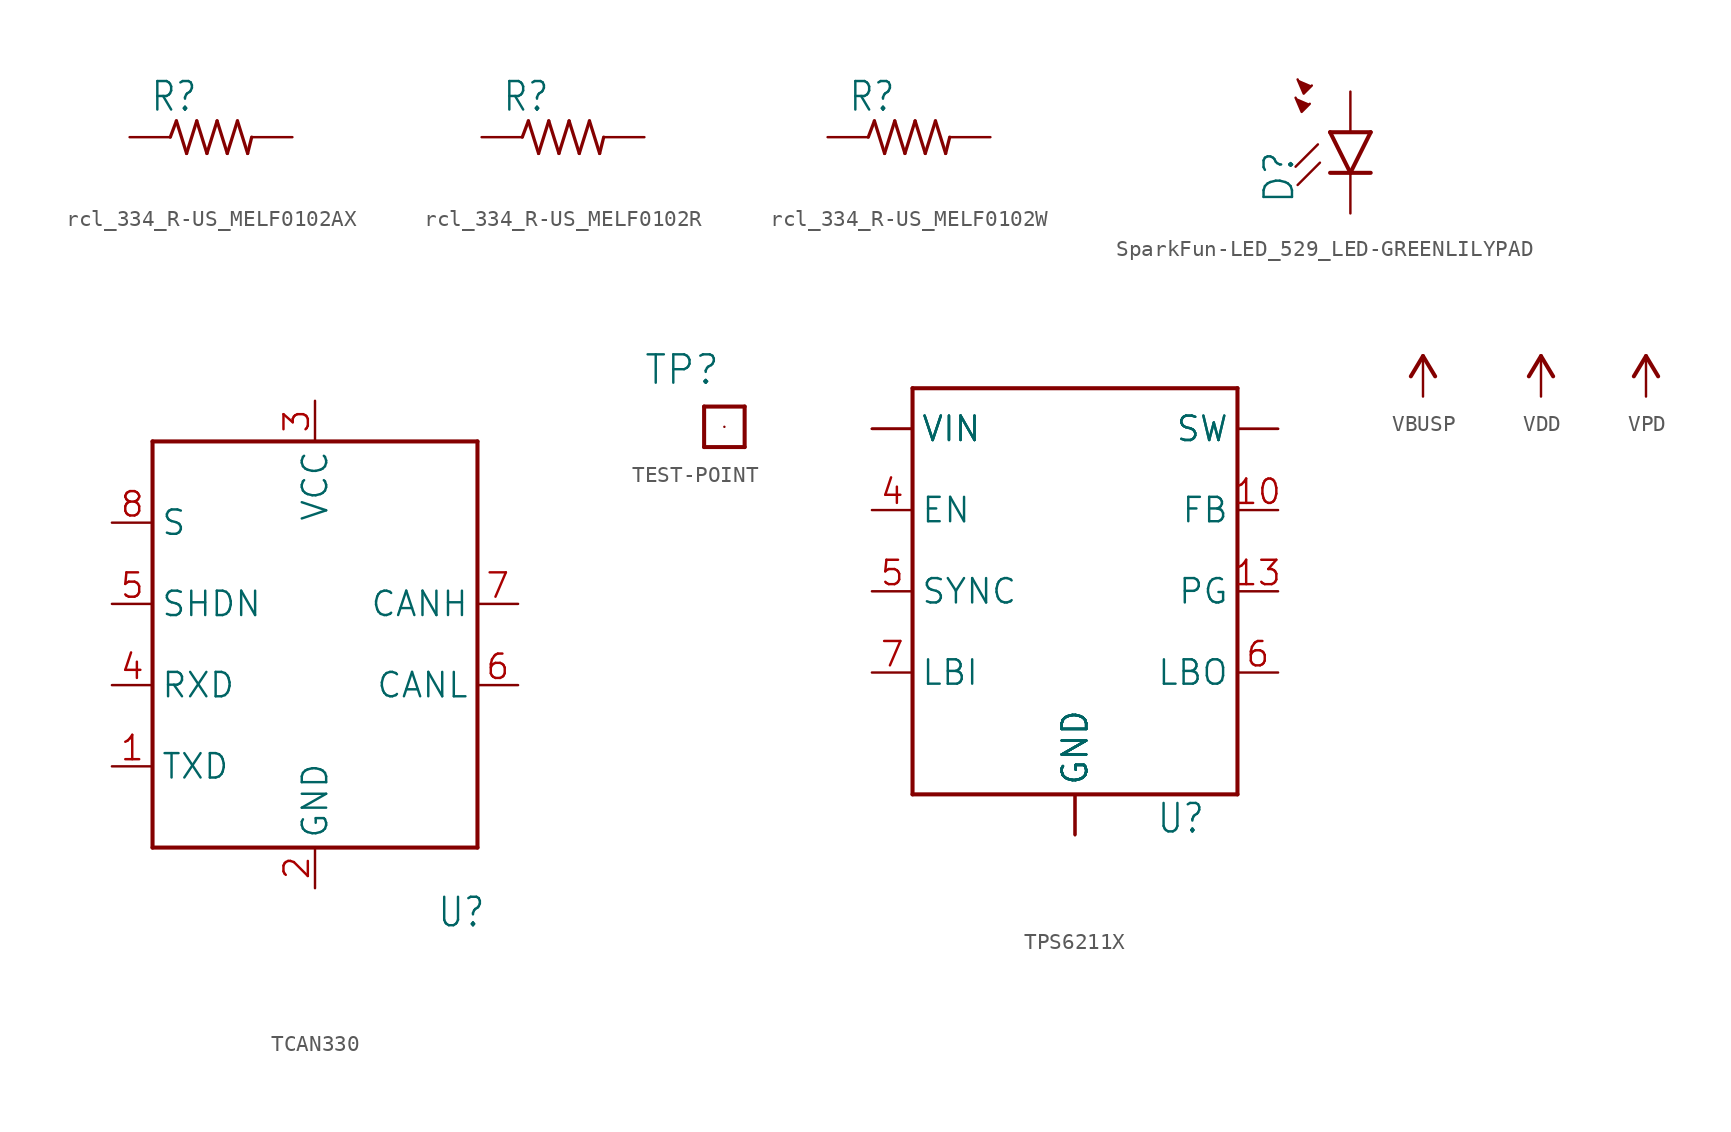
<source format=kicad_sym>
(kicad_symbol_lib
  (version 20241209)
  (generator "kicad_symbol_editor")
  (generator_version "9.0")
  (symbol "rcl_334_R-US_MELF0102AX"
    (property "Reference" "R"
      (at -3.81 1.499 0)
      (effects (font (size 1.778 1.511)) (justify left bottom)))
    (property "Value" ""
      (at -3.81 -3.302 0)
      (effects (font (size 1.778 1.511)) (justify left bottom)))
    (property "ki_locked" ""
      (at 0 0 0)
      (effects (font (size 1.27 1.27))))
    (symbol "rcl_334_R-US_MELF0102AX_1_0"
      (polyline (pts (xy -2.54 0) (xy -2.159 1.016)) (stroke (width 0.203) (type solid)) (fill (type none)))
      (polyline (pts (xy -2.159 1.016) (xy -1.524 -1.016)) (stroke (width 0.203) (type solid)) (fill (type none)))
      (polyline (pts (xy -1.524 -1.016) (xy -0.889 1.016)) (stroke (width 0.203) (type solid)) (fill (type none)))
      (polyline (pts (xy -0.889 1.016) (xy -0.254 -1.016)) (stroke (width 0.203) (type solid)) (fill (type none)))
      (polyline (pts (xy -0.254 -1.016) (xy 0.381 1.016)) (stroke (width 0.203) (type solid)) (fill (type none)))
      (polyline (pts (xy 0.381 1.016) (xy 1.016 -1.016)) (stroke (width 0.203) (type solid)) (fill (type none)))
      (polyline (pts (xy 1.016 -1.016) (xy 1.651 1.016)) (stroke (width 0.203) (type solid)) (fill (type none)))
      (polyline (pts (xy 1.651 1.016) (xy 2.286 -1.016)) (stroke (width 0.203) (type solid)) (fill (type none)))
      (polyline (pts (xy 2.286 -1.016) (xy 2.54 0)) (stroke (width 0.203) (type solid)) (fill (type none)))
      (pin passive line (at -5.08 0 0) (length 2.54) (name "1" (effects (font (size 0 0)))) (number "1" (effects (font (size 0 0)))))
      (pin passive line (at 5.08 0 180) (length 2.54) (name "2" (effects (font (size 0 0)))) (number "2" (effects (font (size 0 0)))))))
  (symbol "rcl_334_R-US_MELF0102R"
    (property "Reference" "R"
      (at -3.81 1.499 0)
      (effects (font (size 1.778 1.511)) (justify left bottom)))
    (property "Value" ""
      (at -3.81 -3.302 0)
      (effects (font (size 1.778 1.511)) (justify left bottom)))
    (property "ki_locked" ""
      (at 0 0 0)
      (effects (font (size 1.27 1.27))))
    (symbol "rcl_334_R-US_MELF0102R_1_0"
      (polyline (pts (xy -2.54 0) (xy -2.159 1.016)) (stroke (width 0.203) (type solid)) (fill (type none)))
      (polyline (pts (xy -2.159 1.016) (xy -1.524 -1.016)) (stroke (width 0.203) (type solid)) (fill (type none)))
      (polyline (pts (xy -1.524 -1.016) (xy -0.889 1.016)) (stroke (width 0.203) (type solid)) (fill (type none)))
      (polyline (pts (xy -0.889 1.016) (xy -0.254 -1.016)) (stroke (width 0.203) (type solid)) (fill (type none)))
      (polyline (pts (xy -0.254 -1.016) (xy 0.381 1.016)) (stroke (width 0.203) (type solid)) (fill (type none)))
      (polyline (pts (xy 0.381 1.016) (xy 1.016 -1.016)) (stroke (width 0.203) (type solid)) (fill (type none)))
      (polyline (pts (xy 1.016 -1.016) (xy 1.651 1.016)) (stroke (width 0.203) (type solid)) (fill (type none)))
      (polyline (pts (xy 1.651 1.016) (xy 2.286 -1.016)) (stroke (width 0.203) (type solid)) (fill (type none)))
      (polyline (pts (xy 2.286 -1.016) (xy 2.54 0)) (stroke (width 0.203) (type solid)) (fill (type none)))
      (pin passive line (at -5.08 0 0) (length 2.54) (name "1" (effects (font (size 0 0)))) (number "1" (effects (font (size 0 0)))))
      (pin passive line (at 5.08 0 180) (length 2.54) (name "2" (effects (font (size 0 0)))) (number "2" (effects (font (size 0 0)))))))
  (symbol "rcl_334_R-US_MELF0102W"
    (property "Reference" "R"
      (at -3.81 1.499 0)
      (effects (font (size 1.778 1.511)) (justify left bottom)))
    (property "Value" ""
      (at -3.81 -3.302 0)
      (effects (font (size 1.778 1.511)) (justify left bottom)))
    (property "ki_locked" ""
      (at 0 0 0)
      (effects (font (size 1.27 1.27))))
    (symbol "rcl_334_R-US_MELF0102W_1_0"
      (polyline (pts (xy -2.54 0) (xy -2.159 1.016)) (stroke (width 0.203) (type solid)) (fill (type none)))
      (polyline (pts (xy -2.159 1.016) (xy -1.524 -1.016)) (stroke (width 0.203) (type solid)) (fill (type none)))
      (polyline (pts (xy -1.524 -1.016) (xy -0.889 1.016)) (stroke (width 0.203) (type solid)) (fill (type none)))
      (polyline (pts (xy -0.889 1.016) (xy -0.254 -1.016)) (stroke (width 0.203) (type solid)) (fill (type none)))
      (polyline (pts (xy -0.254 -1.016) (xy 0.381 1.016)) (stroke (width 0.203) (type solid)) (fill (type none)))
      (polyline (pts (xy 0.381 1.016) (xy 1.016 -1.016)) (stroke (width 0.203) (type solid)) (fill (type none)))
      (polyline (pts (xy 1.016 -1.016) (xy 1.651 1.016)) (stroke (width 0.203) (type solid)) (fill (type none)))
      (polyline (pts (xy 1.651 1.016) (xy 2.286 -1.016)) (stroke (width 0.203) (type solid)) (fill (type none)))
      (polyline (pts (xy 2.286 -1.016) (xy 2.54 0)) (stroke (width 0.203) (type solid)) (fill (type none)))
      (pin passive line (at -5.08 0 0) (length 2.54) (name "1" (effects (font (size 0 0)))) (number "1" (effects (font (size 0 0)))))
      (pin passive line (at 5.08 0 180) (length 2.54) (name "2" (effects (font (size 0 0)))) (number "2" (effects (font (size 0 0)))))))
  (symbol "SparkFun-LED_529_LED-GREENLILYPAD"
    (property "Reference" "D"
      (at -3.429 -4.572 90)
      (effects (font (size 1.778 1.778)) (justify left bottom)))
    (property "Value" ""
      (at 1.905 -4.572 90)
      (effects (font (size 1.778 1.778)) (justify left top)))
    (property "ki_locked" ""
      (at 0 0 0)
      (effects (font (size 1.27 1.27))))
    (symbol "SparkFun-LED_529_LED-GREENLILYPAD_1_0"
      (polyline (pts (xy -3.429 2.159) (xy -3.048 1.27) (xy -2.54 1.778)) (stroke (width 0.152) (type solid)) (fill (type outline)))
      (polyline (pts (xy -3.302 3.302) (xy -2.921 2.413) (xy -2.413 2.921)) (stroke (width 0.152) (type solid)) (fill (type outline)))
      (polyline (pts (xy -2.032 -0.762) (xy -3.429 -2.159)) (stroke (width 0.152) (type solid)) (fill (type none)))
      (polyline (pts (xy -1.905 -1.905) (xy -3.302 -3.302)) (stroke (width 0.152) (type solid)) (fill (type none)))
      (polyline (pts (xy 0 -2.54) (xy -1.27 0)) (stroke (width 0.254) (type solid)) (fill (type none)))
      (polyline (pts (xy 0 -2.54) (xy -1.27 -2.54)) (stroke (width 0.254) (type solid)) (fill (type none)))
      (polyline (pts (xy 1.27 0) (xy -1.27 0)) (stroke (width 0.254) (type solid)) (fill (type none)))
      (polyline (pts (xy 1.27 0) (xy 0 -2.54)) (stroke (width 0.254) (type solid)) (fill (type none)))
      (polyline (pts (xy 1.27 -2.54) (xy 0 -2.54)) (stroke (width 0.254) (type solid)) (fill (type none)))
      (pin passive line (at 0 2.54 270) (length 2.54) (name "A" (effects (font (size 0 0)))) (number "A" (effects (font (size 0 0)))))
      (pin passive line (at 0 -5.08 90) (length 2.54) (name "C" (effects (font (size 0 0)))) (number "C" (effects (font (size 0 0)))))))
  (symbol "TCAN330"
    (property "Reference" "U"
      (at 7.62 -17.78 0)
      (effects (font (size 1.778 1.511)) (justify left bottom)))
    (property "Value" ""
      (at 7.62 -20.32 0)
      (effects (font (size 1.778 1.511)) (justify left bottom)))
    (property "ki_locked" ""
      (at 0 0 0)
      (effects (font (size 1.27 1.27))))
    (symbol "TCAN330_1_0"
      (polyline (pts (xy -10.16 12.7) (xy -10.16 -12.7)) (stroke (width 0.254) (type solid)) (fill (type none)))
      (polyline (pts (xy -10.16 -12.7) (xy 10.16 -12.7)) (stroke (width 0.254) (type solid)) (fill (type none)))
      (polyline (pts (xy 10.16 12.7) (xy -10.16 12.7)) (stroke (width 0.254) (type solid)) (fill (type none)))
      (polyline (pts (xy 10.16 -12.7) (xy 10.16 12.7)) (stroke (width 0.254) (type solid)) (fill (type none)))
      (pin input line (at -12.7 7.62 0) (length 2.54) (name "S" (effects (font (size 1.524 1.524)))) (number "8" (effects (font (size 1.524 1.524)))))
      (pin input line (at -12.7 2.54 0) (length 2.54) (name "SHDN" (effects (font (size 1.524 1.524)))) (number "5" (effects (font (size 1.524 1.524)))))
      (pin output line (at -12.7 -2.54 0) (length 2.54) (name "RXD" (effects (font (size 1.524 1.524)))) (number "4" (effects (font (size 1.524 1.524)))))
      (pin input line (at -12.7 -7.62 0) (length 2.54) (name "TXD" (effects (font (size 1.524 1.524)))) (number "1" (effects (font (size 1.524 1.524)))))
      (pin power_in line (at 0 15.24 270) (length 2.54) (name "VCC" (effects (font (size 1.524 1.524)))) (number "3" (effects (font (size 1.524 1.524)))))
      (pin power_in line (at 0 -15.24 90) (length 2.54) (name "GND" (effects (font (size 1.524 1.524)))) (number "2" (effects (font (size 1.524 1.524)))))
      (pin bidirectional line (at 12.7 2.54 180) (length 2.54) (name "CANH" (effects (font (size 1.524 1.524)))) (number "7" (effects (font (size 1.524 1.524)))))
      (pin bidirectional line (at 12.7 -2.54 180) (length 2.54) (name "CANL" (effects (font (size 1.524 1.524)))) (number "6" (effects (font (size 1.524 1.524)))))))
  (symbol "TEST-POINT"
    (property "Reference" "TP"
      (at -5.08 2.54 0)
      (effects (font (size 1.778 1.778)) (justify left bottom)))
    (property "ki_locked" ""
      (at 0 0 0)
      (effects (font (size 1.27 1.27))))
    (symbol "TEST-POINT_1_0"
      (polyline (pts (xy -1.27 1.27) (xy 1.27 1.27)) (stroke (width 0.254) (type solid)) (fill (type none)))
      (polyline (pts (xy -1.27 -1.27) (xy -1.27 1.27)) (stroke (width 0.254) (type solid)) (fill (type none)))
      (polyline (pts (xy 1.27 1.27) (xy 1.27 -1.27)) (stroke (width 0.254) (type solid)) (fill (type none)))
      (polyline (pts (xy 1.27 -1.27) (xy -1.27 -1.27)) (stroke (width 0.254) (type solid)) (fill (type none)))
      (pin passive line (at 0 0 0) (length 0) (name "1" (effects (font (size 0 0)))) (number "1" (effects (font (size 0 0)))))))
  (symbol "TPS6211X"
    (property "Reference" "U"
      (at 5.08 -17.78 0)
      (effects (font (size 1.778 1.511)) (justify left bottom)))
    (property "Value" ""
      (at 5.08 -20.32 0)
      (effects (font (size 1.778 1.511)) (justify left bottom)))
    (property "ki_locked" ""
      (at 0 0 0)
      (effects (font (size 1.27 1.27))))
    (symbol "TPS6211X_1_0"
      (polyline (pts (xy -10.16 10.16) (xy 10.16 10.16)) (stroke (width 0.254) (type solid)) (fill (type none)))
      (polyline (pts (xy -10.16 -15.24) (xy -10.16 10.16)) (stroke (width 0.254) (type solid)) (fill (type none)))
      (polyline (pts (xy 10.16 10.16) (xy 10.16 -15.24)) (stroke (width 0.254) (type solid)) (fill (type none)))
      (polyline (pts (xy 10.16 -15.24) (xy -10.16 -15.24)) (stroke (width 0.254) (type solid)) (fill (type none)))
      (pin power_in line (at -12.7 7.62 0) (length 2.54) (name "VIN" (effects (font (size 1.524 1.524)))) (number "2" (effects (font (size 0 0)))))
      (pin power_in line (at -12.7 7.62 0) (length 2.54) (name "VIN" (effects (font (size 1.524 1.524)))) (number "3" (effects (font (size 0 0)))))
      (pin power_in line (at -12.7 7.62 0) (length 2.54) (name "VIN" (effects (font (size 1.524 1.524)))) (number "8" (effects (font (size 0 0)))))
      (pin input line (at -12.7 2.54 0) (length 2.54) (name "EN" (effects (font (size 1.524 1.524)))) (number "4" (effects (font (size 1.524 1.524)))))
      (pin input line (at -12.7 -2.54 0) (length 2.54) (name "SYNC" (effects (font (size 1.524 1.524)))) (number "5" (effects (font (size 1.524 1.524)))))
      (pin input line (at -12.7 -7.62 0) (length 2.54) (name "LBI" (effects (font (size 1.524 1.524)))) (number "7" (effects (font (size 1.524 1.524)))))
      (pin power_in line (at 0 -17.78 90) (length 2.54) (name "GND" (effects (font (size 1.524 1.524)))) (number "1" (effects (font (size 0 0)))))
      (pin power_in line (at 0 -17.78 90) (length 2.54) (name "GND" (effects (font (size 1.524 1.524)))) (number "11" (effects (font (size 0 0)))))
      (pin power_in line (at 0 -17.78 90) (length 2.54) (name "GND" (effects (font (size 1.524 1.524)))) (number "12" (effects (font (size 0 0)))))
      (pin power_in line (at 0 -17.78 90) (length 2.54) (name "GND" (effects (font (size 1.524 1.524)))) (number "16" (effects (font (size 0 0)))))
      (pin power_in line (at 0 -17.78 90) (length 2.54) (name "GND" (effects (font (size 1.524 1.524)))) (number "9" (effects (font (size 0 0)))))
      (pin power_in line (at 0 -17.78 90) (length 2.54) (name "GND" (effects (font (size 1.524 1.524)))) (number "PAD" (effects (font (size 0 0)))))
      (pin output line (at 12.7 7.62 180) (length 2.54) (name "SW" (effects (font (size 1.524 1.524)))) (number "14" (effects (font (size 0 0)))))
      (pin output line (at 12.7 7.62 180) (length 2.54) (name "SW" (effects (font (size 1.524 1.524)))) (number "15" (effects (font (size 0 0)))))
      (pin input line (at 12.7 2.54 180) (length 2.54) (name "FB" (effects (font (size 1.524 1.524)))) (number "10" (effects (font (size 1.524 1.524)))))
      (pin open_collector line (at 12.7 -2.54 180) (length 2.54) (name "PG" (effects (font (size 1.524 1.524)))) (number "13" (effects (font (size 1.524 1.524)))))
      (pin open_collector line (at 12.7 -7.62 180) (length 2.54) (name "LBO" (effects (font (size 1.524 1.524)))) (number "6" (effects (font (size 1.524 1.524)))))))
  (symbol "VBUSP"
    (power)
    (property "Reference" "#VBUSP"
      (at 0 0 0)
      (effects (font (size 1.27 1.27)) (hide yes)))
    (property "Value" ""
      (at 0 2.794 0)
      (effects (font (size 1.778 1.511)) (justify bottom)))
    (property "ki_locked" ""
      (at 0 0 0)
      (effects (font (size 1.27 1.27))))
    (symbol "VBUSP_1_0"
      (polyline (pts (xy 0 2.54) (xy -0.762 1.27)) (stroke (width 0.254) (type solid)) (fill (type none)))
      (polyline (pts (xy 0.762 1.27) (xy 0 2.54)) (stroke (width 0.254) (type solid)) (fill (type none)))
      (pin power_in line (at 0 0 90) (length 2.54) (name "VBUSP" (effects (font (size 0 0)))) (number "1" (effects (font (size 0 0)))))))
  (symbol "VDD"
    (power)
    (property "Reference" "#SUPPLY"
      (at 0 0 0)
      (effects (font (size 1.27 1.27)) (hide yes)))
    (property "Value" ""
      (at 0 2.794 0)
      (effects (font (size 1.778 1.511)) (justify bottom)))
    (property "ki_locked" ""
      (at 0 0 0)
      (effects (font (size 1.27 1.27))))
    (symbol "VDD_1_0"
      (polyline (pts (xy 0 2.54) (xy -0.762 1.27)) (stroke (width 0.254) (type solid)) (fill (type none)))
      (polyline (pts (xy 0.762 1.27) (xy 0 2.54)) (stroke (width 0.254) (type solid)) (fill (type none)))
      (pin power_in line (at 0 0 90) (length 2.54) (name "VDD" (effects (font (size 0 0)))) (number "1" (effects (font (size 0 0)))))))
  (symbol "VPD"
    (power)
    (property "Reference" "#VPD"
      (at 0 0 0)
      (effects (font (size 1.27 1.27)) (hide yes)))
    (property "Value" ""
      (at 0 2.794 0)
      (effects (font (size 1.778 1.511)) (justify bottom)))
    (property "ki_locked" ""
      (at 0 0 0)
      (effects (font (size 1.27 1.27))))
    (symbol "VPD_1_0"
      (polyline (pts (xy 0 2.54) (xy -0.762 1.27)) (stroke (width 0.254) (type solid)) (fill (type none)))
      (polyline (pts (xy 0.762 1.27) (xy 0 2.54)) (stroke (width 0.254) (type solid)) (fill (type none)))
      (pin power_in line (at 0 0 90) (length 2.54) (name "VPD" (effects (font (size 0 0)))) (number "1" (effects (font (size 0 0))))))))
</source>
